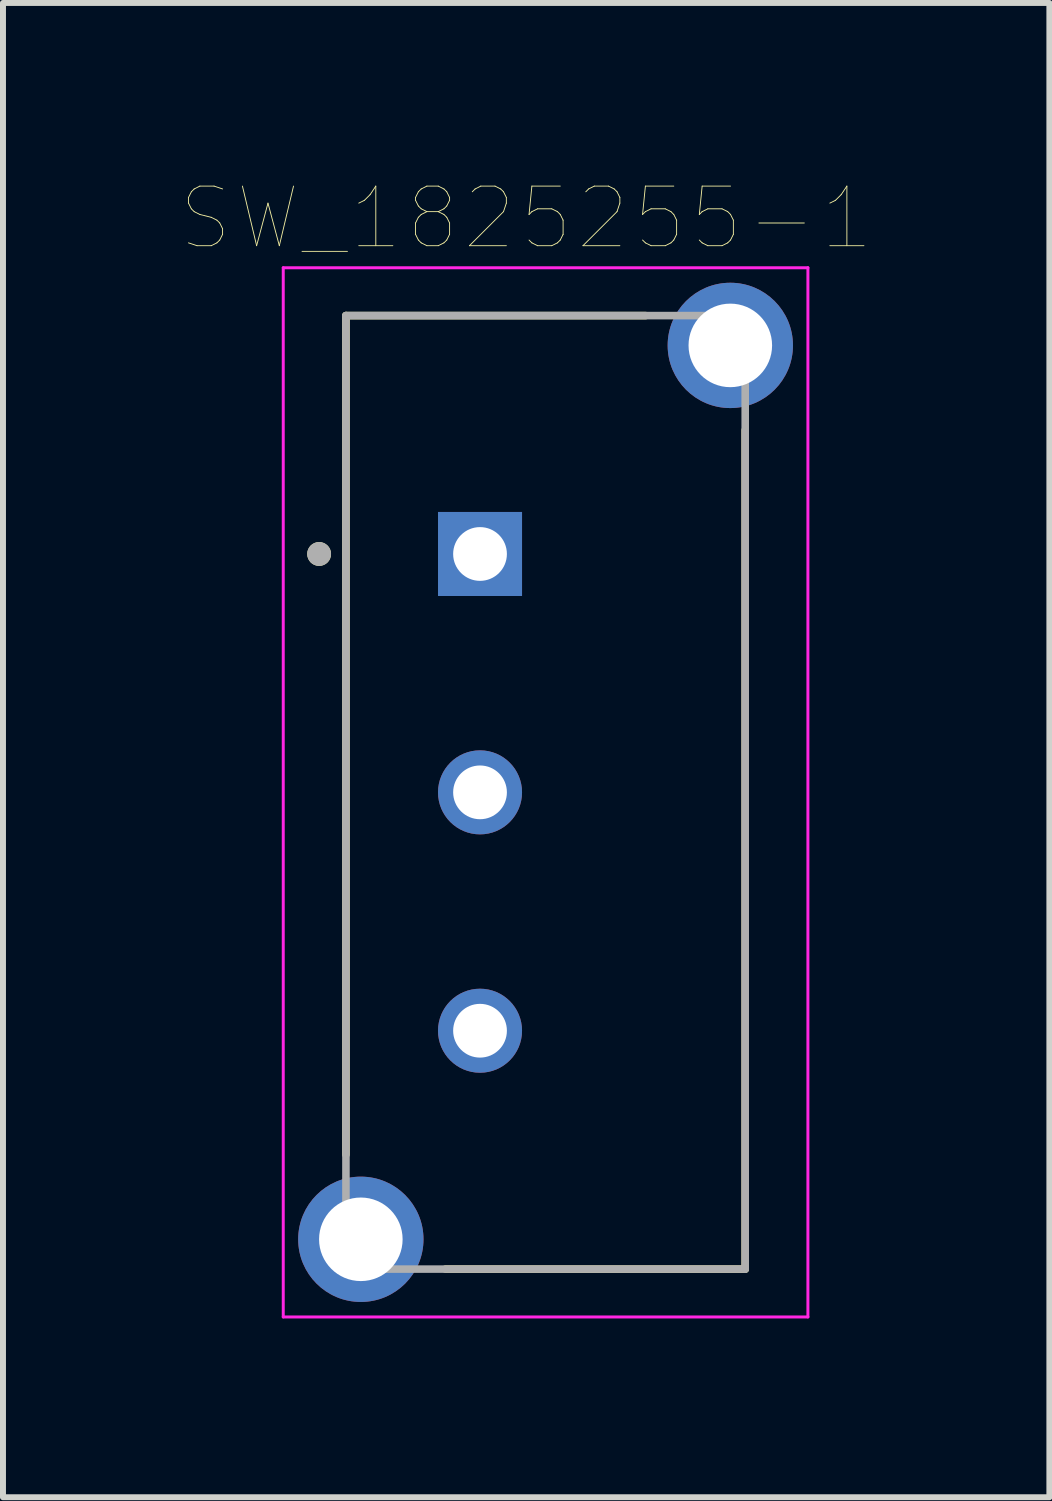
<source format=kicad_pcb>
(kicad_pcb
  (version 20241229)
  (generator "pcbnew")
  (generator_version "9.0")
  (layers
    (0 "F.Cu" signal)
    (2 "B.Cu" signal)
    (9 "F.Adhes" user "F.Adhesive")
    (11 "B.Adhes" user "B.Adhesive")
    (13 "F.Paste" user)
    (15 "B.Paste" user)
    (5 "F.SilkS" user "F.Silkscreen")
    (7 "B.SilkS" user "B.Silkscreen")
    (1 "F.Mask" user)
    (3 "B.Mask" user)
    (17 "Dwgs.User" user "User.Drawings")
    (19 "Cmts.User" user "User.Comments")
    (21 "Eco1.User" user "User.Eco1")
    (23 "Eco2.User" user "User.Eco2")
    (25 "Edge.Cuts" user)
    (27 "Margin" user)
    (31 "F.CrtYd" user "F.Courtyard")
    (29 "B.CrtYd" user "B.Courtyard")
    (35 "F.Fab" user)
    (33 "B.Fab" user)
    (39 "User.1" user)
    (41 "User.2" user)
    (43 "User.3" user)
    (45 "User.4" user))
  (footprint "SW_1825255-1"
    (layer "F.Cu")
    (at 6.105 10.246)
    (property "Reference" "SW_1825255-1" (at -0.325 -9.635 0) (layer "F.SilkS") (effects (font (size 1 1) (thickness 0.015))))
    (attr through_hole)
    (fp_line (start -3.35 -8) (end 1.68 -8) (stroke (width 0.127) (type solid)) (layer "F.SilkS"))
    (fp_line (start -3.35 6.08) (end -3.35 -8) (stroke (width 0.127) (type solid)) (layer "F.SilkS"))
    (fp_line (start 3.35 -6.08) (end 3.35 8) (stroke (width 0.127) (type solid)) (layer "F.SilkS"))
    (fp_line (start 3.35 8) (end -1.68 8) (stroke (width 0.127) (type solid)) (layer "F.SilkS"))
    (fp_circle (center -3.8 -4) (end -3.7 -4) (stroke (width 0.2) (type solid)) (fill no) (layer "F.SilkS"))
    (fp_line (start -4.402 -8.803) (end 4.402 -8.803) (stroke (width 0.05) (type solid)) (layer "F.CrtYd"))
    (fp_line (start -4.402 8.803) (end -4.402 -8.803) (stroke (width 0.05) (type solid)) (layer "F.CrtYd"))
    (fp_line (start 4.402 -8.803) (end 4.402 8.803) (stroke (width 0.05) (type solid)) (layer "F.CrtYd"))
    (fp_line (start 4.402 8.803) (end -4.402 8.803) (stroke (width 0.05) (type solid)) (layer "F.CrtYd"))
    (fp_line (start -3.35 -8) (end 3.35 -8) (stroke (width 0.127) (type solid)) (layer "F.Fab"))
    (fp_line (start -3.35 8) (end -3.35 -8) (stroke (width 0.127) (type solid)) (layer "F.Fab"))
    (fp_line (start 3.35 -8) (end 3.35 8) (stroke (width 0.127) (type solid)) (layer "F.Fab"))
    (fp_line (start 3.35 8) (end -3.35 8) (stroke (width 0.127) (type solid)) (layer "F.Fab"))
    (fp_circle (center -3.8 -4) (end -3.7 -4) (stroke (width 0.2) (type solid)) (fill no) (layer "F.Fab"))
    (pad "1" thru_hole rect (at -1.1 -4) (size 1.41 1.41) (drill 0.902) (layers "*.Cu" "*.Mask"))
    (pad "2" thru_hole circle (at -1.1 0) (size 1.41 1.41) (drill 0.902) (layers "*.Cu" "*.Mask"))
    (pad "3" thru_hole circle (at -1.1 4) (size 1.41 1.41) (drill 0.902) (layers "*.Cu" "*.Mask"))
    (pad "S1" thru_hole circle (at 3.1 -7.5) (size 2.103 2.103) (drill 1.402) (layers "*.Cu" "*.Mask"))
    (pad "S2" thru_hole circle (at -3.1 7.5) (size 2.103 2.103) (drill 1.402) (layers "*.Cu" "*.Mask")))
  (gr_rect
    (start -3 -3)
    (end 14.559 22.074)
    (stroke (width 0.1) (type default))
    (fill no)
    (layer "Edge.Cuts")))
</source>
